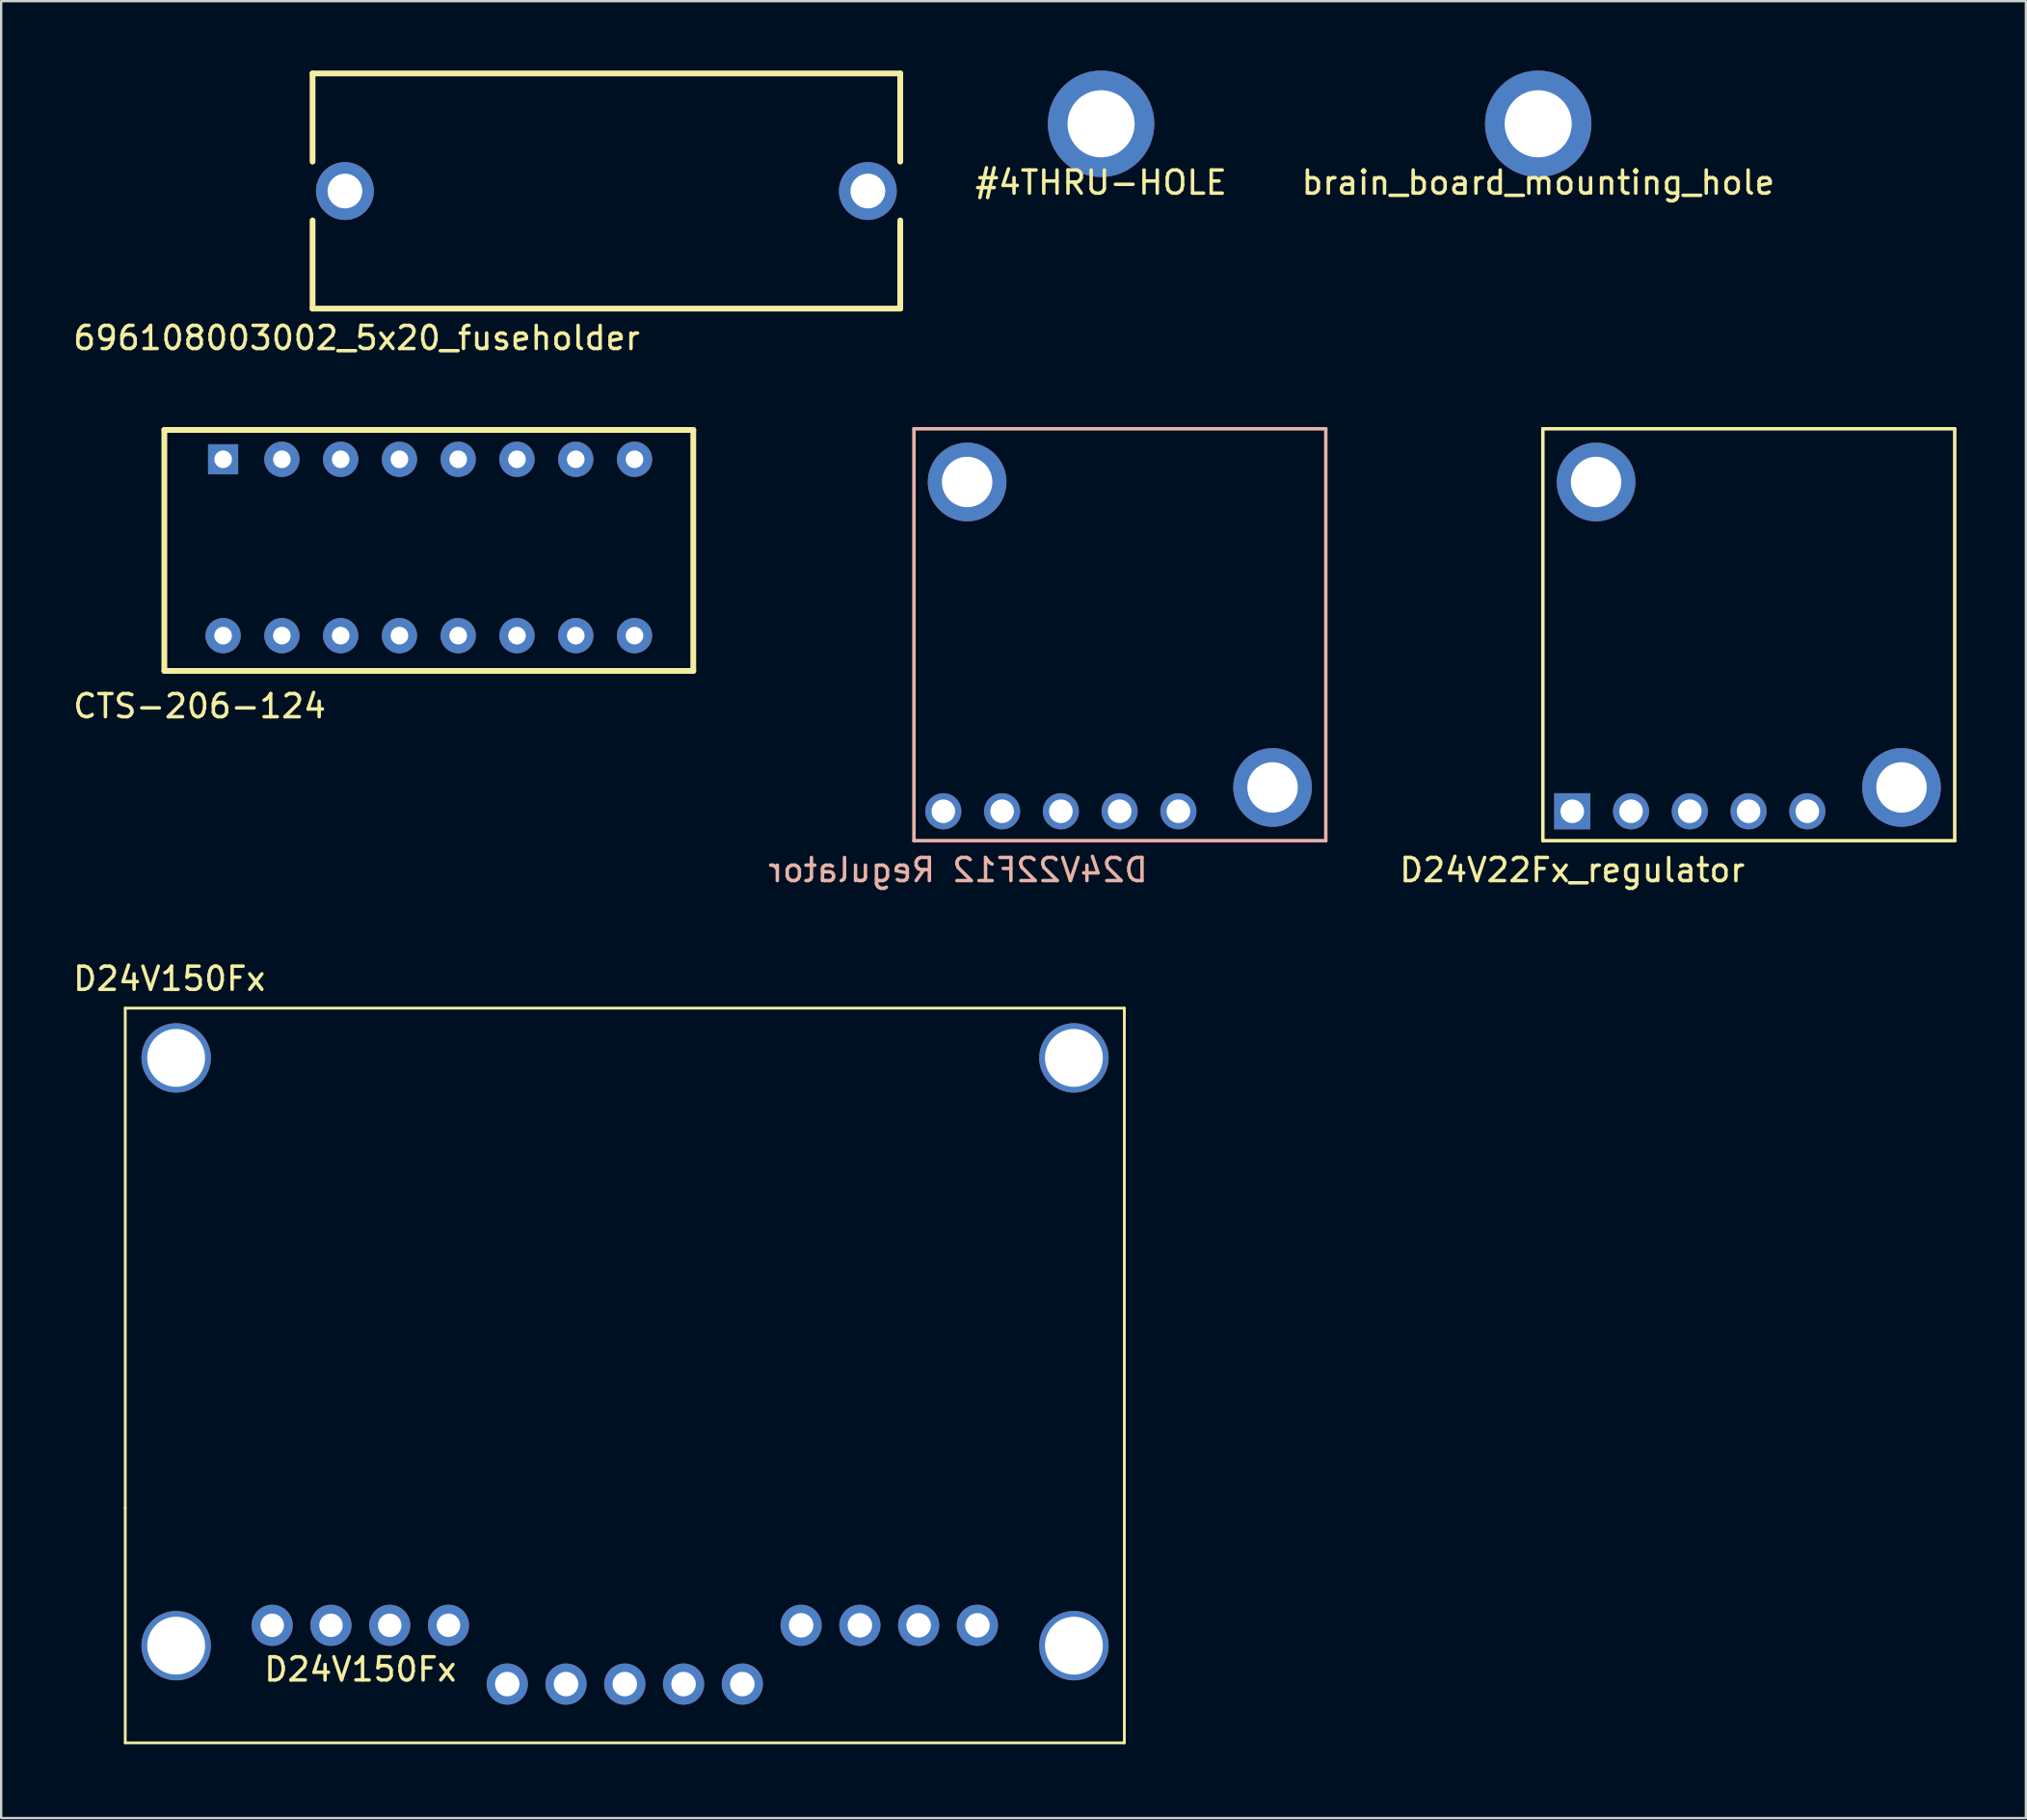
<source format=kicad_pcb>
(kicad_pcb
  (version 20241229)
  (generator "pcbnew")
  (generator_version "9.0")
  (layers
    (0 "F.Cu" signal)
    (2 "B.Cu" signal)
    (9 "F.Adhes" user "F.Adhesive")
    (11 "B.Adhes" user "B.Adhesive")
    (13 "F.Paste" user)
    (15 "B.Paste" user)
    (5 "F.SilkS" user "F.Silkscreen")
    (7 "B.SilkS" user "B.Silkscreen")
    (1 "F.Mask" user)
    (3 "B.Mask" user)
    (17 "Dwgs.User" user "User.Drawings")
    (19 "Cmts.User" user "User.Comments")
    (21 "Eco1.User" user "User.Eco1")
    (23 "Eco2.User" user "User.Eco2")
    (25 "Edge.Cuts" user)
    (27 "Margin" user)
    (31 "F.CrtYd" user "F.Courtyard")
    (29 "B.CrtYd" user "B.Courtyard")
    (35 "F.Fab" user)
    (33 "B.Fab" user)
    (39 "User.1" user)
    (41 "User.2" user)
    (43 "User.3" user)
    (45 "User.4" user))
  (footprint "D24V22F12 Regulator"
    (layer "F.Cu")
    (at 37.719 32.008)
    (property "Reference" "D24V22F12 Regulator" (at 0.635 2.54 0) (layer "B.SilkS") (effects (font (size 1 1) (thickness 0.15)) (justify mirror)))
    (attr through_hole)
    (fp_line (start -1.27 -16.53) (end -1.27 1.27) (stroke (width 0.15) (type solid)) (layer "B.SilkS"))
    (fp_line (start 16.53 -16.53) (end -1.27 -16.53) (stroke (width 0.15) (type solid)) (layer "B.SilkS"))
    (fp_line (start 16.53 1.27) (end -1.27 1.27) (stroke (width 0.15) (type solid)) (layer "B.SilkS"))
    (fp_line (start 16.53 1.27) (end 16.53 -16.53) (stroke (width 0.15) (type solid)) (layer "B.SilkS"))
    (pad "" np_thru_hole circle (at 1.03 -14.23) (size 3.4 3.4) (drill 2.18) (layers "*.Cu" "*.Mask"))
    (pad "" np_thru_hole circle (at 14.23 -1.03) (size 3.4 3.4) (drill 2.18) (layers "*.Cu" "*.Mask"))
    (pad "1" thru_hole circle (at 0 0) (size 1.56 1.56) (drill 1.02) (layers "*.Cu" "*.Mask"))
    (pad "2" thru_hole circle (at 2.54 0) (size 1.56 1.56) (drill 1.02) (layers "*.Cu" "*.Mask"))
    (pad "3" thru_hole circle (at 5.08 0) (size 1.56 1.56) (drill 1.02) (layers "*.Cu" "*.Mask"))
    (pad "4" thru_hole circle (at 7.62 0) (size 1.56 1.56) (drill 1.02) (layers "*.Cu" "*.Mask"))
    (pad "5" thru_hole circle (at 10.16 0) (size 1.56 1.56) (drill 1.02) (layers "*.Cu" "*.Mask")))
  (footprint "#4THRU-HOLE"
    (layer "F.Cu")
    (at 44.537 2.3)
    (property "Reference" "#4THRU-HOLE" (at 0 2.54 0) (layer "F.SilkS") (effects (font (size 1 1) (thickness 0.15))))
    (attr through_hole)
    (pad "" np_thru_hole circle (at 0 0) (size 4.6 4.6) (drill 2.9) (layers "*.Cu" "*.Mask")))
  (footprint "696108003002_5x20_fuseholder"
    (layer "F.Cu")
    (at 23.158 5.205)
    (property "Reference" "696108003002_5x20_fuseholder" (at -10.795 6.35 0) (layer "F.SilkS") (effects (font (size 1 1) (thickness 0.15))))
    (attr through_hole)
    (fp_line (start -12.7 -5.08) (end -12.7 -1.27) (stroke (width 0.25) (type solid)) (layer "F.SilkS"))
    (fp_line (start -12.7 1.27) (end -12.7 5.08) (stroke (width 0.25) (type solid)) (layer "F.SilkS"))
    (fp_line (start -12.7 5.08) (end 12.7 5.08) (stroke (width 0.25) (type solid)) (layer "F.SilkS"))
    (fp_line (start 12.7 -5.08) (end -12.7 -5.08) (stroke (width 0.25) (type solid)) (layer "F.SilkS"))
    (fp_line (start 12.7 -1.27) (end 12.7 -5.08) (stroke (width 0.25) (type solid)) (layer "F.SilkS"))
    (fp_line (start 12.7 5.08) (end 12.7 1.27) (stroke (width 0.25) (type solid)) (layer "F.SilkS"))
    (pad "1" thru_hole circle (at -11.3 0) (size 2.5 2.5) (drill 1.5) (layers "*.Cu" "*.Mask"))
    (pad "2" thru_hole circle (at 11.3 0) (size 2.5 2.5) (drill 1.5) (layers "*.Cu" "*.Mask")))
  (footprint "D24V22Fx_regulator"
    (layer "F.Cu")
    (at 64.901 32.008)
    (property "Reference" "D24V22Fx_regulator" (at 0 2.54 0) (layer "F.SilkS") (effects (font (size 1 1) (thickness 0.15))))
    (attr through_hole)
    (fp_line (start -1.27 -16.53) (end -1.27 1.27) (stroke (width 0.15) (type solid)) (layer "F.SilkS"))
    (fp_line (start 16.53 -16.53) (end -1.27 -16.53) (stroke (width 0.15) (type solid)) (layer "F.SilkS"))
    (fp_line (start 16.53 1.27) (end -1.27 1.27) (stroke (width 0.15) (type solid)) (layer "F.SilkS"))
    (fp_line (start 16.53 1.27) (end 16.53 -16.53) (stroke (width 0.15) (type solid)) (layer "F.SilkS"))
    (pad "" np_thru_hole circle (at 1.03 -14.23) (size 3.4 3.4) (drill 2.18) (layers "*.Cu" "*.Mask"))
    (pad "" np_thru_hole circle (at 14.23 -1.03) (size 3.4 3.4) (drill 2.18) (layers "*.Cu" "*.Mask"))
    (pad "1" thru_hole rect (at 0 0) (size 1.56 1.56) (drill 1.02) (layers "*.Cu" "*.Mask"))
    (pad "2" thru_hole circle (at 2.54 0) (size 1.56 1.56) (drill 1.02) (layers "*.Cu" "*.Mask"))
    (pad "3" thru_hole circle (at 5.08 0) (size 1.56 1.56) (drill 1.02) (layers "*.Cu" "*.Mask"))
    (pad "4" thru_hole circle (at 7.62 0) (size 1.56 1.56) (drill 1.02) (layers "*.Cu" "*.Mask"))
    (pad "5" thru_hole circle (at 10.16 0) (size 1.56 1.56) (drill 1.02) (layers "*.Cu" "*.Mask")))
  (footprint "brain_board_mounting_hole"
    (layer "F.Cu")
    (at 63.43 2.3)
    (property "Reference" "brain_board_mounting_hole" (at 0 2.54 0) (layer "F.SilkS") (effects (font (size 1 1) (thickness 0.15))))
    (attr through_hole)
    (pad "" np_thru_hole circle (at 0 0) (size 4.6 4.6) (drill 2.9) (layers "*.Cu" "*.Mask")))
  (footprint "D24V150Fx"
    (layer "F.Cu")
    (at 2.363 72.265)
    (property "Reference" "D24V150Fx" (at 1.905 -33.02 0) (layer "F.SilkS") (effects (font (size 1 1) (thickness 0.15))))
    (attr through_hole)
    (fp_line (start 0 -10.16) (end 0 -31.75) (stroke (width 0.12) (type solid)) (layer "F.SilkS"))
    (fp_line (start 0 0) (end 0 -10.16) (stroke (width 0.12) (type solid)) (layer "F.SilkS"))
    (fp_line (start 0 0) (end 43.18 0) (stroke (width 0.12) (type solid)) (layer "F.SilkS"))
    (fp_line (start 43.18 -31.75) (end 0 -31.75) (stroke (width 0.12) (type solid)) (layer "F.SilkS"))
    (fp_line (start 43.18 0) (end 43.18 -31.75) (stroke (width 0.12) (type solid)) (layer "F.SilkS"))
    (fp_text user "D24V150Fx" (at 10.16 -3.175 0) (layer "F.SilkS") (effects (font (size 1 1) (thickness 0.15))))
    (pad "" np_thru_hole circle (at 2.2 -29.6) (size 3 3) (drill 2.5) (layers "*.Cu" "*.Mask"))
    (pad "" np_thru_hole circle (at 2.2 -4.2) (size 3 3) (drill 2.5) (layers "*.Cu" "*.Mask"))
    (pad "" np_thru_hole circle (at 41 -29.6) (size 3 3) (drill 2.5) (layers "*.Cu" "*.Mask"))
    (pad "" np_thru_hole circle (at 41 -4.2) (size 3 3) (drill 2.5) (layers "*.Cu" "*.Mask"))
    (pad "1" thru_hole circle (at 6.35 -5.08) (size 1.778 1.778) (drill 1.016) (layers "*.Cu" "*.Mask"))
    (pad "2" thru_hole circle (at 8.89 -5.08) (size 1.778 1.778) (drill 1.016) (layers "*.Cu" "*.Mask"))
    (pad "3" thru_hole circle (at 11.43 -5.08) (size 1.778 1.778) (drill 1.016) (layers "*.Cu" "*.Mask"))
    (pad "4" thru_hole circle (at 13.97 -5.08) (size 1.778 1.778) (drill 1.016) (layers "*.Cu" "*.Mask"))
    (pad "5" thru_hole circle (at 16.51 -2.54) (size 1.78 1.78) (drill 1.06) (layers "*.Cu" "*.Mask"))
    (pad "6" thru_hole circle (at 19.05 -2.54) (size 1.78 1.78) (drill 1.06) (layers "*.Cu" "*.Mask"))
    (pad "7" thru_hole circle (at 21.59 -2.54) (size 1.78 1.78) (drill 1.06) (layers "*.Cu" "*.Mask"))
    (pad "8" thru_hole circle (at 24.13 -2.54) (size 1.78 1.78) (drill 1.06) (layers "*.Cu" "*.Mask"))
    (pad "9" thru_hole circle (at 26.67 -2.54) (size 1.78 1.78) (drill 1.06) (layers "*.Cu" "*.Mask"))
    (pad "10" thru_hole circle (at 29.21 -5.08) (size 1.78 1.78) (drill 1.06) (layers "*.Cu" "*.Mask"))
    (pad "11" thru_hole circle (at 31.75 -5.08) (size 1.78 1.78) (drill 1.06) (layers "*.Cu" "*.Mask"))
    (pad "12" thru_hole circle (at 34.29 -5.08) (size 1.78 1.78) (drill 1.06) (layers "*.Cu" "*.Mask"))
    (pad "13" thru_hole circle (at 36.83 -5.08) (size 1.78 1.78) (drill 1.06) (layers "*.Cu" "*.Mask")))
  (footprint "CTS-206-124"
    (layer "F.Cu")
    (at 6.593 16.798)
    (property "Reference" "CTS-206-124" (at -1.016 10.668 0) (layer "F.SilkS") (effects (font (size 1 1) (thickness 0.15))))
    (attr through_hole)
    (fp_line (start -2.54 -1.27) (end -2.54 9.144) (stroke (width 0.25) (type solid)) (layer "F.SilkS"))
    (fp_line (start -2.54 9.144) (end 20.32 9.144) (stroke (width 0.25) (type solid)) (layer "F.SilkS"))
    (fp_line (start 20.32 -1.27) (end -2.54 -1.27) (stroke (width 0.25) (type solid)) (layer "F.SilkS"))
    (fp_line (start 20.32 -1.27) (end 20.32 9.144) (stroke (width 0.25) (type solid)) (layer "F.SilkS"))
    (pad "1" thru_hole rect (at 0 0) (size 1.3 1.3) (drill 0.76) (layers "*.Cu" "*.Mask"))
    (pad "2" thru_hole circle (at 0 7.62) (size 1.524 1.524) (drill 0.762) (layers "*.Cu" "*.Mask"))
    (pad "3" thru_hole circle (at 2.54 0) (size 1.524 1.524) (drill 0.762) (layers "*.Cu" "*.Mask"))
    (pad "4" thru_hole circle (at 2.54 7.62) (size 1.524 1.524) (drill 0.762) (layers "*.Cu" "*.Mask"))
    (pad "5" thru_hole circle (at 5.08 0) (size 1.524 1.524) (drill 0.762) (layers "*.Cu" "*.Mask"))
    (pad "6" thru_hole circle (at 5.08 7.62) (size 1.524 1.524) (drill 0.762) (layers "*.Cu" "*.Mask"))
    (pad "7" thru_hole circle (at 7.62 0) (size 1.524 1.524) (drill 0.762) (layers "*.Cu" "*.Mask"))
    (pad "8" thru_hole circle (at 7.62 7.62) (size 1.524 1.524) (drill 0.762) (layers "*.Cu" "*.Mask"))
    (pad "9" thru_hole circle (at 10.16 0) (size 1.524 1.524) (drill 0.762) (layers "*.Cu" "*.Mask"))
    (pad "10" thru_hole circle (at 10.16 7.62) (size 1.524 1.524) (drill 0.762) (layers "*.Cu" "*.Mask"))
    (pad "11" thru_hole circle (at 12.7 0) (size 1.524 1.524) (drill 0.762) (layers "*.Cu" "*.Mask"))
    (pad "12" thru_hole circle (at 12.7 7.62) (size 1.524 1.524) (drill 0.762) (layers "*.Cu" "*.Mask"))
    (pad "13" thru_hole circle (at 15.24 0) (size 1.524 1.524) (drill 0.762) (layers "*.Cu" "*.Mask"))
    (pad "14" thru_hole circle (at 15.24 7.62) (size 1.524 1.524) (drill 0.762) (layers "*.Cu" "*.Mask"))
    (pad "15" thru_hole circle (at 17.78 0) (size 1.524 1.524) (drill 0.762) (layers "*.Cu" "*.Mask"))
    (pad "16" thru_hole circle (at 17.78 7.62) (size 1.524 1.524) (drill 0.762) (layers "*.Cu" "*.Mask")))
  (gr_rect
    (start -3 -3)
    (end 84.506 75.515)
    (stroke (width 0.1) (type default))
    (fill no)
    (layer "Edge.Cuts")))
</source>
